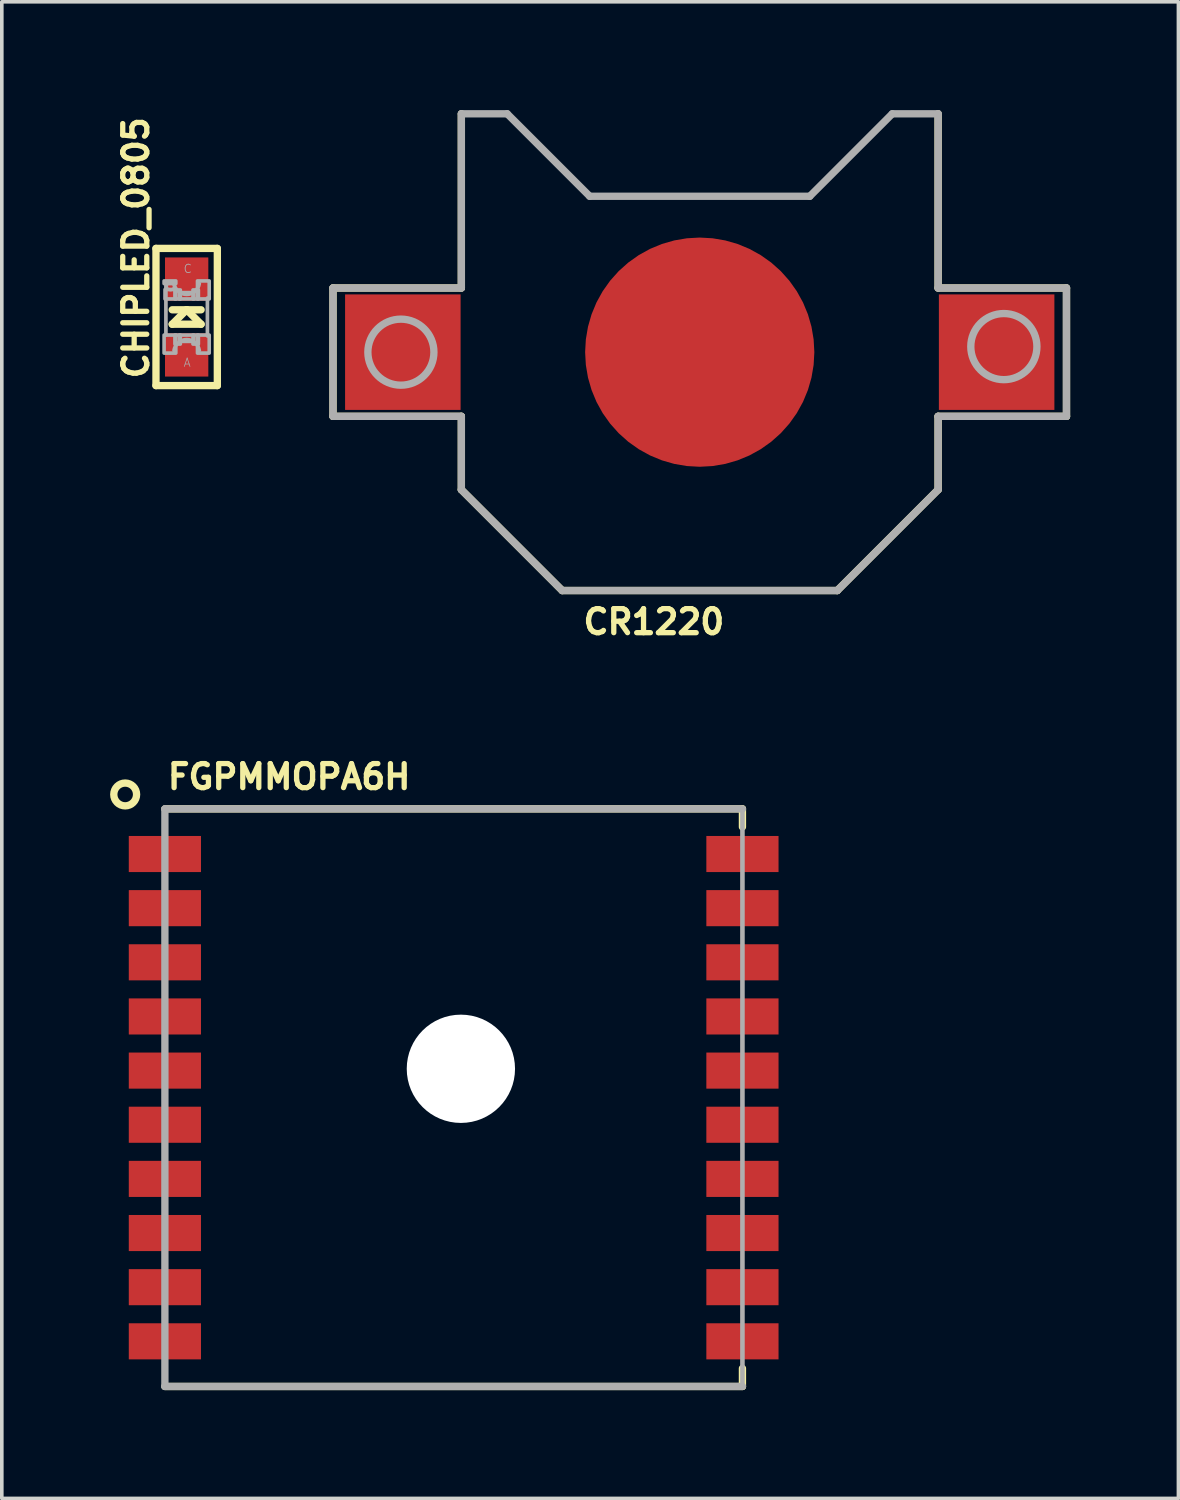
<source format=kicad_pcb>
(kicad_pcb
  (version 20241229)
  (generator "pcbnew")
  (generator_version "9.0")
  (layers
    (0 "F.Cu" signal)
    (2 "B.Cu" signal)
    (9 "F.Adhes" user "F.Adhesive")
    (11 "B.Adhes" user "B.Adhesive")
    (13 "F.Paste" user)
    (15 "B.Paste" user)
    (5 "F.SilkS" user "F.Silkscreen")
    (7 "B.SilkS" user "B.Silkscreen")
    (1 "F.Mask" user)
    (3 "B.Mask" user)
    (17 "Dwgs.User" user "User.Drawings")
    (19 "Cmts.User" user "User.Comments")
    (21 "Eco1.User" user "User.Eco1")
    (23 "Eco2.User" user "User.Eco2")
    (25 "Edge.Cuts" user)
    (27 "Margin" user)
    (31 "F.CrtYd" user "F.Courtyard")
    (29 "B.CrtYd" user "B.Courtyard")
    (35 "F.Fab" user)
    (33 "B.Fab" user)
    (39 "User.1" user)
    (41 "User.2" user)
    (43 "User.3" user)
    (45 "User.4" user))
  (footprint "FGPMMOPA6H"
    (layer "F.Cu")
    (at 9.518 27.359)
    (property "Reference" "FGPMMOPA6H" (at -8 -8.5 0) (layer "F.SilkS") (effects (font (size 0.666 0.666) (thickness 0.146)) (justify left bottom)))
    (fp_line (start -8 -8) (end 8 -8) (stroke (width 0.203) (type solid)) (layer "F.SilkS"))
    (fp_line (start 8 -8) (end 8 -7.5) (stroke (width 0.203) (type solid)) (layer "F.SilkS"))
    (fp_line (start 8 7.5) (end 8 8) (stroke (width 0.203) (type solid)) (layer "F.SilkS"))
    (fp_line (start 8 8) (end -8 8) (stroke (width 0.203) (type solid)) (layer "F.SilkS"))
    (fp_circle (center -9.1 -8.4) (end -8.784 -8.4) (stroke (width 0.203) (type solid)) (fill no) (layer "F.SilkS"))
    (fp_line (start -8 -8) (end 8 -8) (stroke (width 0.203) (type solid)) (layer "F.Fab"))
    (fp_line (start -8 8) (end -8 -8) (stroke (width 0.203) (type solid)) (layer "F.Fab"))
    (fp_line (start 8 -8) (end 8 8) (stroke (width 0.127) (type solid)) (layer "F.Fab"))
    (fp_line (start 8 8) (end -8 8) (stroke (width 0.203) (type solid)) (layer "F.Fab"))
    (pad "" np_thru_hole circle (at 0.2 -0.8) (size 3 3) (drill 3) (layers "*.Cu" "*.Mask"))
    (pad "P$1" smd rect (at -8 -6.75) (size 2 1) (layers "F.Cu" "F.Mask" "F.Paste"))
    (pad "P$2" smd rect (at -8 -5.25) (size 2 1) (layers "F.Cu" "F.Mask" "F.Paste"))
    (pad "P$3" smd rect (at -8 -3.75) (size 2 1) (layers "F.Cu" "F.Mask" "F.Paste"))
    (pad "P$4" smd rect (at -8 -2.25) (size 2 1) (layers "F.Cu" "F.Mask" "F.Paste"))
    (pad "P$5" smd rect (at -8 -0.75) (size 2 1) (layers "F.Cu" "F.Mask" "F.Paste"))
    (pad "P$6" smd rect (at -8 0.75) (size 2 1) (layers "F.Cu" "F.Mask" "F.Paste"))
    (pad "P$7" smd rect (at -8 2.25) (size 2 1) (layers "F.Cu" "F.Mask" "F.Paste"))
    (pad "P$8" smd rect (at -8 3.75) (size 2 1) (layers "F.Cu" "F.Mask" "F.Paste"))
    (pad "P$9" smd rect (at -8 5.25) (size 2 1) (layers "F.Cu" "F.Mask" "F.Paste"))
    (pad "P$10" smd rect (at -8 6.75) (size 2 1) (layers "F.Cu" "F.Mask" "F.Paste"))
    (pad "P$11" smd rect (at 8 6.75 180) (size 2 1) (layers "F.Cu" "F.Mask" "F.Paste"))
    (pad "P$12" smd rect (at 8 5.25 180) (size 2 1) (layers "F.Cu" "F.Mask" "F.Paste"))
    (pad "P$13" smd rect (at 8 3.75 180) (size 2 1) (layers "F.Cu" "F.Mask" "F.Paste"))
    (pad "P$14" smd rect (at 8 2.25 180) (size 2 1) (layers "F.Cu" "F.Mask" "F.Paste"))
    (pad "P$15" smd rect (at 8 0.75 180) (size 2 1) (layers "F.Cu" "F.Mask" "F.Paste"))
    (pad "P$16" smd rect (at 8 -0.75 180) (size 2 1) (layers "F.Cu" "F.Mask" "F.Paste"))
    (pad "P$17" smd rect (at 8 -2.25 180) (size 2 1) (layers "F.Cu" "F.Mask" "F.Paste"))
    (pad "P$18" smd rect (at 8 -3.75 180) (size 2 1) (layers "F.Cu" "F.Mask" "F.Paste"))
    (pad "P$19" smd rect (at 8 -5.25 180) (size 2 1) (layers "F.Cu" "F.Mask" "F.Paste"))
    (pad "P$20" smd rect (at 8 -6.75 180) (size 2 1) (layers "F.Cu" "F.Mask" "F.Paste")))
  (footprint "CHIPLED_0805"
    (layer "F.Cu")
    (at 2.121 5.732)
    (property "Reference" "CHIPLED_0805" (at -1.016 1.778 90) (layer "F.SilkS") (effects (font (size 0.666 0.666) (thickness 0.146)) (justify left bottom)))
    (fp_line (start -0.85 -1.9) (end 0.85 -1.9) (stroke (width 0.203) (type solid)) (layer "F.SilkS"))
    (fp_line (start -0.85 1.9) (end -0.85 -1.9) (stroke (width 0.203) (type solid)) (layer "F.SilkS"))
    (fp_line (start -0.4 -0.2) (end 0 -0.2) (stroke (width 0.203) (type solid)) (layer "F.SilkS"))
    (fp_line (start -0.4 0.2) (end 0.4 0.2) (stroke (width 0.203) (type solid)) (layer "F.SilkS"))
    (fp_line (start 0 -0.2) (end -0.4 0.2) (stroke (width 0.203) (type solid)) (layer "F.SilkS"))
    (fp_line (start 0 -0.2) (end 0.4 -0.2) (stroke (width 0.203) (type solid)) (layer "F.SilkS"))
    (fp_line (start 0.4 0.2) (end 0 -0.2) (stroke (width 0.203) (type solid)) (layer "F.SilkS"))
    (fp_line (start 0.85 -1.9) (end 0.85 1.9) (stroke (width 0.203) (type solid)) (layer "F.SilkS"))
    (fp_line (start 0.85 1.9) (end -0.85 1.9) (stroke (width 0.203) (type solid)) (layer "F.SilkS"))
    (fp_line (start -0.575 0.5) (end -0.575 -0.925) (stroke (width 0.102) (type solid)) (layer "F.Fab"))
    (fp_line (start 0.575 -0.525) (end 0.575 0.525) (stroke (width 0.102) (type solid)) (layer "F.Fab"))
    (fp_arc (start -0.35 0.925) (mid -0.000001 0.625027) (end 0.35 0.924998) (stroke (width 0.1016) (type solid)) (layer "F.Fab"))
    (fp_arc (start 0.35 -0.924998) (mid -0.000001 -0.625027) (end -0.35 -0.925) (stroke (width 0.1016) (type solid)) (layer "F.Fab"))
    (fp_circle (center -0.45 -0.85) (end -0.347 -0.85) (stroke (width 0.076) (type solid)) (fill no) (layer "F.Fab"))
    (fp_poly (pts (xy -0.625 -0.925) (xy -0.3 -0.925) (xy -0.3 -1) (xy -0.625 -1)) (stroke (width 0.1) (type solid)) (fill no) (layer "F.Fab"))
    (fp_poly (pts (xy -0.625 1) (xy -0.3 1) (xy -0.3 0.5) (xy -0.625 0.5)) (stroke (width 0.1) (type solid)) (fill no) (layer "F.Fab"))
    (fp_poly (pts (xy -0.6 -0.5) (xy -0.3 -0.5) (xy -0.3 -0.762) (xy -0.6 -0.762)) (stroke (width 0.1) (type solid)) (fill no) (layer "F.Fab"))
    (fp_poly (pts (xy -0.325 -0.5) (xy -0.175 -0.5) (xy -0.175 -0.75) (xy -0.325 -0.75)) (stroke (width 0.1) (type solid)) (fill no) (layer "F.Fab"))
    (fp_poly (pts (xy -0.325 0.75) (xy -0.175 0.75) (xy -0.175 0.5) (xy -0.325 0.5)) (stroke (width 0.1) (type solid)) (fill no) (layer "F.Fab"))
    (fp_poly (pts (xy -0.2 -0.5) (xy 0.2 -0.5) (xy 0.2 -0.675) (xy -0.2 -0.675)) (stroke (width 0.1) (type solid)) (fill no) (layer "F.Fab"))
    (fp_poly (pts (xy -0.2 0.675) (xy 0.2 0.675) (xy 0.2 0.5) (xy -0.2 0.5)) (stroke (width 0.1) (type solid)) (fill no) (layer "F.Fab"))
    (fp_poly (pts (xy 0.175 -0.5) (xy 0.325 -0.5) (xy 0.325 -0.75) (xy 0.175 -0.75)) (stroke (width 0.1) (type solid)) (fill no) (layer "F.Fab"))
    (fp_poly (pts (xy 0.175 0.75) (xy 0.325 0.75) (xy 0.325 0.5) (xy 0.175 0.5)) (stroke (width 0.1) (type solid)) (fill no) (layer "F.Fab"))
    (fp_poly (pts (xy 0.3 -0.5) (xy 0.625 -0.5) (xy 0.625 -1) (xy 0.3 -1)) (stroke (width 0.1) (type solid)) (fill no) (layer "F.Fab"))
    (fp_poly (pts (xy 0.3 1) (xy 0.625 1) (xy 0.625 0.5) (xy 0.3 0.5)) (stroke (width 0.1) (type solid)) (fill no) (layer "F.Fab"))
    (fp_text user "A" (at -0.1 1.4 0) (layer "F.Fab") (effects (font (size 0.234 0.234) (thickness 0.02)) (justify left bottom)))
    (fp_text user "C" (at -0.1 -1.2 0) (layer "F.Fab") (effects (font (size 0.234 0.234) (thickness 0.02)) (justify left bottom)))
    (pad "A" smd rect (at 0 1.05) (size 1.2 1.2) (layers "F.Cu" "F.Mask" "F.Paste"))
    (pad "C" smd rect (at 0 -1.05) (size 1.2 1.2) (layers "F.Cu" "F.Mask" "F.Paste")))
  (footprint "CR1220"
    (layer "F.Cu")
    (at 16.335 6.706)
    (property "Reference" "CR1220" (at -3.302 7.86 0) (layer "F.SilkS") (effects (font (size 0.666 0.666) (thickness 0.146)) (justify left bottom)))
    (fp_circle (center 0 0) (end 3.141 0) (stroke (width 6.282) (type solid)) (fill yes) (layer "F.Mask"))
    (fp_line (start -10.16 -1.778) (end -10.16 1.778) (stroke (width 0.203) (type solid)) (layer "F.SilkS"))
    (fp_line (start -10.16 1.778) (end -6.604 1.778) (stroke (width 0.203) (type solid)) (layer "F.SilkS"))
    (fp_line (start -6.604 -6.604) (end -6.604 -1.778) (stroke (width 0.203) (type solid)) (layer "F.SilkS"))
    (fp_line (start -6.604 -1.778) (end -10.16 -1.778) (stroke (width 0.203) (type solid)) (layer "F.SilkS"))
    (fp_line (start -6.604 1.778) (end -6.604 3.81) (stroke (width 0.203) (type solid)) (layer "F.SilkS"))
    (fp_line (start -6.604 3.81) (end -3.81 6.604) (stroke (width 0.203) (type solid)) (layer "F.SilkS"))
    (fp_line (start -3.81 6.604) (end 3.81 6.604) (stroke (width 0.203) (type solid)) (layer "F.SilkS"))
    (fp_line (start 3.81 6.604) (end 6.604 3.81) (stroke (width 0.203) (type solid)) (layer "F.SilkS"))
    (fp_line (start 6.604 -1.778) (end 6.604 -6.604) (stroke (width 0.203) (type solid)) (layer "F.SilkS"))
    (fp_line (start 6.604 1.778) (end 10.16 1.778) (stroke (width 0.203) (type solid)) (layer "F.SilkS"))
    (fp_line (start 6.604 3.81) (end 6.604 1.778) (stroke (width 0.203) (type solid)) (layer "F.SilkS"))
    (fp_line (start 10.16 -1.778) (end 6.604 -1.778) (stroke (width 0.203) (type solid)) (layer "F.SilkS"))
    (fp_line (start 10.16 1.778) (end 10.16 -1.778) (stroke (width 0.203) (type solid)) (layer "F.SilkS"))
    (fp_line (start -10.16 -1.778) (end -10.16 1.778) (stroke (width 0.203) (type solid)) (layer "F.Fab"))
    (fp_line (start -10.16 1.778) (end -6.604 1.778) (stroke (width 0.203) (type solid)) (layer "F.Fab"))
    (fp_line (start -6.604 -6.604) (end -6.604 -1.778) (stroke (width 0.203) (type solid)) (layer "F.Fab"))
    (fp_line (start -6.604 -1.778) (end -10.16 -1.778) (stroke (width 0.203) (type solid)) (layer "F.Fab"))
    (fp_line (start -6.604 1.778) (end -6.604 3.81) (stroke (width 0.203) (type solid)) (layer "F.Fab"))
    (fp_line (start -6.604 3.81) (end -3.81 6.604) (stroke (width 0.203) (type solid)) (layer "F.Fab"))
    (fp_line (start -5.334 -6.604) (end -6.604 -6.604) (stroke (width 0.203) (type solid)) (layer "F.Fab"))
    (fp_line (start -3.81 6.604) (end 3.81 6.604) (stroke (width 0.203) (type solid)) (layer "F.Fab"))
    (fp_line (start -3.048 -4.318) (end -5.334 -6.604) (stroke (width 0.203) (type solid)) (layer "F.Fab"))
    (fp_line (start 3.048 -4.318) (end -3.048 -4.318) (stroke (width 0.203) (type solid)) (layer "F.Fab"))
    (fp_line (start 3.81 6.604) (end 6.604 3.81) (stroke (width 0.203) (type solid)) (layer "F.Fab"))
    (fp_line (start 5.334 -6.604) (end 3.048 -4.318) (stroke (width 0.203) (type solid)) (layer "F.Fab"))
    (fp_line (start 6.604 -6.604) (end 5.334 -6.604) (stroke (width 0.203) (type solid)) (layer "F.Fab"))
    (fp_line (start 6.604 -1.778) (end 6.604 -6.604) (stroke (width 0.203) (type solid)) (layer "F.Fab"))
    (fp_line (start 6.604 1.778) (end 10.16 1.778) (stroke (width 0.203) (type solid)) (layer "F.Fab"))
    (fp_line (start 6.604 3.81) (end 6.604 1.778) (stroke (width 0.203) (type solid)) (layer "F.Fab"))
    (fp_line (start 10.16 -1.778) (end 6.604 -1.778) (stroke (width 0.203) (type solid)) (layer "F.Fab"))
    (fp_line (start 10.16 1.778) (end 10.16 -1.778) (stroke (width 0.203) (type solid)) (layer "F.Fab"))
    (fp_circle (center -8.279 0) (end -7.364 0) (stroke (width 0.203) (type solid)) (fill no) (layer "F.Fab"))
    (fp_circle (center 8.425 -0.154) (end 9.341 -0.154) (stroke (width 0.203) (type solid)) (fill no) (layer "F.Fab"))
    (pad "+$1" smd rect (at -8.225 0) (size 3.2 3.2) (layers "F.Cu" "F.Mask" "F.Paste"))
    (pad "+$2" smd rect (at 8.225 0) (size 3.2 3.2) (layers "F.Cu" "F.Mask" "F.Paste"))
    (pad "-" smd roundrect (at 0 0) (size 6.35 6.35) (layers "F.Cu" "F.Mask") (roundrect_rratio 0.5)))
  (gr_rect
    (start -3 -3)
    (end 29.596 38.461)
    (stroke (width 0.1) (type default))
    (fill no)
    (layer "Edge.Cuts")))
</source>
